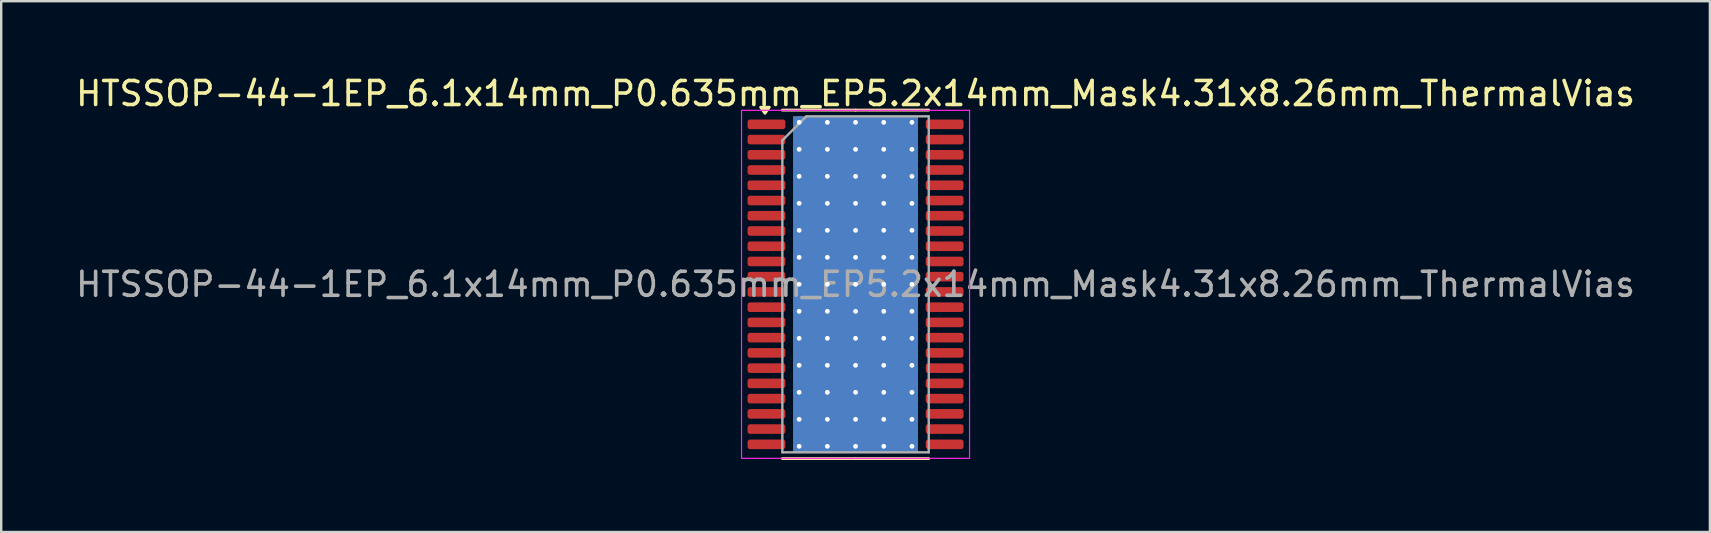
<source format=kicad_pcb>
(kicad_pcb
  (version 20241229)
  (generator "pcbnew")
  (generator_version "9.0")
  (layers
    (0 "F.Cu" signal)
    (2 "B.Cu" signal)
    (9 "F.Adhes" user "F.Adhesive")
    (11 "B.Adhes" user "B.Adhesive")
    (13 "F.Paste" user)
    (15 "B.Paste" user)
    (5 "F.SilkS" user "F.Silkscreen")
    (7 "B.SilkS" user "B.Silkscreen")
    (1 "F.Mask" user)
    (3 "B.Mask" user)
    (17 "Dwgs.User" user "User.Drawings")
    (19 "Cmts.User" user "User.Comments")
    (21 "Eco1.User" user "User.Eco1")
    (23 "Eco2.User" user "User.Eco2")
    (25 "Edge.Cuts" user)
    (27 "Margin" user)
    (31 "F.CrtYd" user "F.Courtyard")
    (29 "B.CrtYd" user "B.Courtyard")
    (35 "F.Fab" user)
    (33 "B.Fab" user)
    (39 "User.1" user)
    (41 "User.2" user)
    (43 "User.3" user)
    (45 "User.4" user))
  (footprint "HTSSOP-44-1EP_6.1x14mm_P0.635mm_EP5.2x14mm_Mask4.31x8.26mm_ThermalVias"
    (layer "F.Cu")
    (at 32.601 8.798)
    (property "Reference" "HTSSOP-44-1EP_6.1x14mm_P0.635mm_EP5.2x14mm_Mask4.31x8.26mm_ThermalVias" (at 0 -7.95 0) (layer "F.SilkS") (effects (font (size 1 1) (thickness 0.15))))
    (attr smd)
    (fp_line (start 0 -7.26) (end -3.05 -7.26) (stroke (width 0.12) (type solid)) (layer "F.SilkS"))
    (fp_line (start 0 -7.26) (end 3.05 -7.26) (stroke (width 0.12) (type solid)) (layer "F.SilkS"))
    (fp_line (start 0 7.26) (end -3.05 7.26) (stroke (width 0.12) (type solid)) (layer "F.SilkS"))
    (fp_line (start 0 7.26) (end 3.05 7.26) (stroke (width 0.12) (type solid)) (layer "F.SilkS"))
    (fp_poly (pts (xy -3.775 -7.128) (xy -3.955 -7.38) (xy -3.595 -7.38) (xy -3.775 -7.128)) (stroke (width 0.12) (type solid)) (fill yes) (layer "F.SilkS"))
    (fp_line (start -4.75 -7.25) (end -4.75 7.25) (stroke (width 0.05) (type solid)) (layer "F.CrtYd"))
    (fp_line (start -4.75 7.25) (end 4.75 7.25) (stroke (width 0.05) (type solid)) (layer "F.CrtYd"))
    (fp_line (start 4.75 -7.25) (end -4.75 -7.25) (stroke (width 0.05) (type solid)) (layer "F.CrtYd"))
    (fp_line (start 4.75 7.25) (end 4.75 -7.25) (stroke (width 0.05) (type solid)) (layer "F.CrtYd"))
    (fp_line (start -3.05 -6) (end -2.05 -7) (stroke (width 0.1) (type solid)) (layer "F.Fab"))
    (fp_line (start -3.05 7) (end -3.05 -6) (stroke (width 0.1) (type solid)) (layer "F.Fab"))
    (fp_line (start -2.05 -7) (end 3.05 -7) (stroke (width 0.1) (type solid)) (layer "F.Fab"))
    (fp_line (start 3.05 -7) (end 3.05 7) (stroke (width 0.1) (type solid)) (layer "F.Fab"))
    (fp_line (start 3.05 7) (end -3.05 7) (stroke (width 0.1) (type solid)) (layer "F.Fab"))
    (fp_text user "${REFERENCE}" (at 0 0 0) (layer "F.Fab") (effects (font (size 1 1) (thickness 0.15))))
    (pad "" smd roundrect (at -1.075 -2.75) (size 1.74 2.22) (layers "F.Paste") (roundrect_rratio 0.144))
    (pad "" smd roundrect (at -1.075 0) (size 1.74 2.22) (layers "F.Paste") (roundrect_rratio 0.144))
    (pad "" smd roundrect (at -1.075 2.75) (size 1.74 2.22) (layers "F.Paste") (roundrect_rratio 0.144))
    (pad "" smd rect (at 0 0) (size 4.31 8.26) (layers "F.Mask"))
    (pad "" smd roundrect (at 1.075 -2.75) (size 1.74 2.22) (layers "F.Paste") (roundrect_rratio 0.144))
    (pad "" smd roundrect (at 1.075 0) (size 1.74 2.22) (layers "F.Paste") (roundrect_rratio 0.144))
    (pad "" smd roundrect (at 1.075 2.75) (size 1.74 2.22) (layers "F.Paste") (roundrect_rratio 0.144))
    (pad "1" smd roundrect (at -3.712 -6.668) (size 1.575 0.4) (layers "F.Cu" "F.Mask" "F.Paste") (roundrect_rratio 0.25))
    (pad "2" smd roundrect (at -3.712 -6.032) (size 1.575 0.4) (layers "F.Cu" "F.Mask" "F.Paste") (roundrect_rratio 0.25))
    (pad "3" smd roundrect (at -3.712 -5.397) (size 1.575 0.4) (layers "F.Cu" "F.Mask" "F.Paste") (roundrect_rratio 0.25))
    (pad "4" smd roundrect (at -3.712 -4.763) (size 1.575 0.4) (layers "F.Cu" "F.Mask" "F.Paste") (roundrect_rratio 0.25))
    (pad "5" smd roundrect (at -3.712 -4.128) (size 1.575 0.4) (layers "F.Cu" "F.Mask" "F.Paste") (roundrect_rratio 0.25))
    (pad "6" smd roundrect (at -3.712 -3.493) (size 1.575 0.4) (layers "F.Cu" "F.Mask" "F.Paste") (roundrect_rratio 0.25))
    (pad "7" smd roundrect (at -3.712 -2.857) (size 1.575 0.4) (layers "F.Cu" "F.Mask" "F.Paste") (roundrect_rratio 0.25))
    (pad "8" smd roundrect (at -3.712 -2.223) (size 1.575 0.4) (layers "F.Cu" "F.Mask" "F.Paste") (roundrect_rratio 0.25))
    (pad "9" smd roundrect (at -3.712 -1.587) (size 1.575 0.4) (layers "F.Cu" "F.Mask" "F.Paste") (roundrect_rratio 0.25))
    (pad "10" smd roundrect (at -3.712 -0.953) (size 1.575 0.4) (layers "F.Cu" "F.Mask" "F.Paste") (roundrect_rratio 0.25))
    (pad "11" smd roundrect (at -3.712 -0.318) (size 1.575 0.4) (layers "F.Cu" "F.Mask" "F.Paste") (roundrect_rratio 0.25))
    (pad "12" smd roundrect (at -3.712 0.318) (size 1.575 0.4) (layers "F.Cu" "F.Mask" "F.Paste") (roundrect_rratio 0.25))
    (pad "13" smd roundrect (at -3.712 0.953) (size 1.575 0.4) (layers "F.Cu" "F.Mask" "F.Paste") (roundrect_rratio 0.25))
    (pad "14" smd roundrect (at -3.712 1.587) (size 1.575 0.4) (layers "F.Cu" "F.Mask" "F.Paste") (roundrect_rratio 0.25))
    (pad "15" smd roundrect (at -3.712 2.223) (size 1.575 0.4) (layers "F.Cu" "F.Mask" "F.Paste") (roundrect_rratio 0.25))
    (pad "16" smd roundrect (at -3.712 2.857) (size 1.575 0.4) (layers "F.Cu" "F.Mask" "F.Paste") (roundrect_rratio 0.25))
    (pad "17" smd roundrect (at -3.712 3.493) (size 1.575 0.4) (layers "F.Cu" "F.Mask" "F.Paste") (roundrect_rratio 0.25))
    (pad "18" smd roundrect (at -3.712 4.128) (size 1.575 0.4) (layers "F.Cu" "F.Mask" "F.Paste") (roundrect_rratio 0.25))
    (pad "19" smd roundrect (at -3.712 4.763) (size 1.575 0.4) (layers "F.Cu" "F.Mask" "F.Paste") (roundrect_rratio 0.25))
    (pad "20" smd roundrect (at -3.712 5.397) (size 1.575 0.4) (layers "F.Cu" "F.Mask" "F.Paste") (roundrect_rratio 0.25))
    (pad "21" smd roundrect (at -3.712 6.032) (size 1.575 0.4) (layers "F.Cu" "F.Mask" "F.Paste") (roundrect_rratio 0.25))
    (pad "22" smd roundrect (at -3.712 6.668) (size 1.575 0.4) (layers "F.Cu" "F.Mask" "F.Paste") (roundrect_rratio 0.25))
    (pad "23" smd roundrect (at 3.712 6.668) (size 1.575 0.4) (layers "F.Cu" "F.Mask" "F.Paste") (roundrect_rratio 0.25))
    (pad "24" smd roundrect (at 3.712 6.032) (size 1.575 0.4) (layers "F.Cu" "F.Mask" "F.Paste") (roundrect_rratio 0.25))
    (pad "25" smd roundrect (at 3.712 5.397) (size 1.575 0.4) (layers "F.Cu" "F.Mask" "F.Paste") (roundrect_rratio 0.25))
    (pad "26" smd roundrect (at 3.712 4.763) (size 1.575 0.4) (layers "F.Cu" "F.Mask" "F.Paste") (roundrect_rratio 0.25))
    (pad "27" smd roundrect (at 3.712 4.128) (size 1.575 0.4) (layers "F.Cu" "F.Mask" "F.Paste") (roundrect_rratio 0.25))
    (pad "28" smd roundrect (at 3.712 3.493) (size 1.575 0.4) (layers "F.Cu" "F.Mask" "F.Paste") (roundrect_rratio 0.25))
    (pad "29" smd roundrect (at 3.712 2.857) (size 1.575 0.4) (layers "F.Cu" "F.Mask" "F.Paste") (roundrect_rratio 0.25))
    (pad "30" smd roundrect (at 3.712 2.223) (size 1.575 0.4) (layers "F.Cu" "F.Mask" "F.Paste") (roundrect_rratio 0.25))
    (pad "31" smd roundrect (at 3.712 1.587) (size 1.575 0.4) (layers "F.Cu" "F.Mask" "F.Paste") (roundrect_rratio 0.25))
    (pad "32" smd roundrect (at 3.712 0.953) (size 1.575 0.4) (layers "F.Cu" "F.Mask" "F.Paste") (roundrect_rratio 0.25))
    (pad "33" smd roundrect (at 3.712 0.318) (size 1.575 0.4) (layers "F.Cu" "F.Mask" "F.Paste") (roundrect_rratio 0.25))
    (pad "34" smd roundrect (at 3.712 -0.318) (size 1.575 0.4) (layers "F.Cu" "F.Mask" "F.Paste") (roundrect_rratio 0.25))
    (pad "35" smd roundrect (at 3.712 -0.953) (size 1.575 0.4) (layers "F.Cu" "F.Mask" "F.Paste") (roundrect_rratio 0.25))
    (pad "36" smd roundrect (at 3.712 -1.587) (size 1.575 0.4) (layers "F.Cu" "F.Mask" "F.Paste") (roundrect_rratio 0.25))
    (pad "37" smd roundrect (at 3.712 -2.223) (size 1.575 0.4) (layers "F.Cu" "F.Mask" "F.Paste") (roundrect_rratio 0.25))
    (pad "38" smd roundrect (at 3.712 -2.857) (size 1.575 0.4) (layers "F.Cu" "F.Mask" "F.Paste") (roundrect_rratio 0.25))
    (pad "39" smd roundrect (at 3.712 -3.493) (size 1.575 0.4) (layers "F.Cu" "F.Mask" "F.Paste") (roundrect_rratio 0.25))
    (pad "40" smd roundrect (at 3.712 -4.128) (size 1.575 0.4) (layers "F.Cu" "F.Mask" "F.Paste") (roundrect_rratio 0.25))
    (pad "41" smd roundrect (at 3.712 -4.763) (size 1.575 0.4) (layers "F.Cu" "F.Mask" "F.Paste") (roundrect_rratio 0.25))
    (pad "42" smd roundrect (at 3.712 -5.397) (size 1.575 0.4) (layers "F.Cu" "F.Mask" "F.Paste") (roundrect_rratio 0.25))
    (pad "43" smd roundrect (at 3.712 -6.032) (size 1.575 0.4) (layers "F.Cu" "F.Mask" "F.Paste") (roundrect_rratio 0.25))
    (pad "44" smd roundrect (at 3.712 -6.668) (size 1.575 0.4) (layers "F.Cu" "F.Mask" "F.Paste") (roundrect_rratio 0.25))
    (pad "45" thru_hole circle (at -2.35 -6.75) (size 0.5 0.5) (drill 0.2) (property pad_prop_heatsink) (layers "*.Cu"))
    (pad "45" thru_hole circle (at -2.35 -5.625) (size 0.5 0.5) (drill 0.2) (property pad_prop_heatsink) (layers "*.Cu"))
    (pad "45" thru_hole circle (at -2.35 -4.5) (size 0.5 0.5) (drill 0.2) (property pad_prop_heatsink) (layers "*.Cu"))
    (pad "45" thru_hole circle (at -2.35 -3.375) (size 0.5 0.5) (drill 0.2) (property pad_prop_heatsink) (layers "*.Cu"))
    (pad "45" thru_hole circle (at -2.35 -2.25) (size 0.5 0.5) (drill 0.2) (property pad_prop_heatsink) (layers "*.Cu"))
    (pad "45" thru_hole circle (at -2.35 -1.125) (size 0.5 0.5) (drill 0.2) (property pad_prop_heatsink) (layers "*.Cu"))
    (pad "45" thru_hole circle (at -2.35 0) (size 0.5 0.5) (drill 0.2) (property pad_prop_heatsink) (layers "*.Cu"))
    (pad "45" thru_hole circle (at -2.35 1.125) (size 0.5 0.5) (drill 0.2) (property pad_prop_heatsink) (layers "*.Cu"))
    (pad "45" thru_hole circle (at -2.35 2.25) (size 0.5 0.5) (drill 0.2) (property pad_prop_heatsink) (layers "*.Cu"))
    (pad "45" thru_hole circle (at -2.35 3.375) (size 0.5 0.5) (drill 0.2) (property pad_prop_heatsink) (layers "*.Cu"))
    (pad "45" thru_hole circle (at -2.35 4.5) (size 0.5 0.5) (drill 0.2) (property pad_prop_heatsink) (layers "*.Cu"))
    (pad "45" thru_hole circle (at -2.35 5.625) (size 0.5 0.5) (drill 0.2) (property pad_prop_heatsink) (layers "*.Cu"))
    (pad "45" thru_hole circle (at -2.35 6.75) (size 0.5 0.5) (drill 0.2) (property pad_prop_heatsink) (layers "*.Cu"))
    (pad "45" thru_hole circle (at -1.175 -6.75) (size 0.5 0.5) (drill 0.2) (property pad_prop_heatsink) (layers "*.Cu"))
    (pad "45" thru_hole circle (at -1.175 -5.625) (size 0.5 0.5) (drill 0.2) (property pad_prop_heatsink) (layers "*.Cu"))
    (pad "45" thru_hole circle (at -1.175 -4.5) (size 0.5 0.5) (drill 0.2) (property pad_prop_heatsink) (layers "*.Cu"))
    (pad "45" thru_hole circle (at -1.175 -3.375) (size 0.5 0.5) (drill 0.2) (property pad_prop_heatsink) (layers "*.Cu"))
    (pad "45" thru_hole circle (at -1.175 -2.25) (size 0.5 0.5) (drill 0.2) (property pad_prop_heatsink) (layers "*.Cu"))
    (pad "45" thru_hole circle (at -1.175 -1.125) (size 0.5 0.5) (drill 0.2) (property pad_prop_heatsink) (layers "*.Cu"))
    (pad "45" thru_hole circle (at -1.175 0) (size 0.5 0.5) (drill 0.2) (property pad_prop_heatsink) (layers "*.Cu"))
    (pad "45" thru_hole circle (at -1.175 1.125) (size 0.5 0.5) (drill 0.2) (property pad_prop_heatsink) (layers "*.Cu"))
    (pad "45" thru_hole circle (at -1.175 2.25) (size 0.5 0.5) (drill 0.2) (property pad_prop_heatsink) (layers "*.Cu"))
    (pad "45" thru_hole circle (at -1.175 3.375) (size 0.5 0.5) (drill 0.2) (property pad_prop_heatsink) (layers "*.Cu"))
    (pad "45" thru_hole circle (at -1.175 4.5) (size 0.5 0.5) (drill 0.2) (property pad_prop_heatsink) (layers "*.Cu"))
    (pad "45" thru_hole circle (at -1.175 5.625) (size 0.5 0.5) (drill 0.2) (property pad_prop_heatsink) (layers "*.Cu"))
    (pad "45" thru_hole circle (at -1.175 6.75) (size 0.5 0.5) (drill 0.2) (property pad_prop_heatsink) (layers "*.Cu"))
    (pad "45" thru_hole circle (at 0 -6.75) (size 0.5 0.5) (drill 0.2) (property pad_prop_heatsink) (layers "*.Cu"))
    (pad "45" thru_hole circle (at 0 -5.625) (size 0.5 0.5) (drill 0.2) (property pad_prop_heatsink) (layers "*.Cu"))
    (pad "45" thru_hole circle (at 0 -4.5) (size 0.5 0.5) (drill 0.2) (property pad_prop_heatsink) (layers "*.Cu"))
    (pad "45" thru_hole circle (at 0 -3.375) (size 0.5 0.5) (drill 0.2) (property pad_prop_heatsink) (layers "*.Cu"))
    (pad "45" thru_hole circle (at 0 -2.25) (size 0.5 0.5) (drill 0.2) (property pad_prop_heatsink) (layers "*.Cu"))
    (pad "45" thru_hole circle (at 0 -1.125) (size 0.5 0.5) (drill 0.2) (property pad_prop_heatsink) (layers "*.Cu"))
    (pad "45" thru_hole circle (at 0 0) (size 0.5 0.5) (drill 0.2) (property pad_prop_heatsink) (layers "*.Cu"))
    (pad "45" smd rect (at 0 0) (size 5.2 14) (property pad_prop_heatsink) (layers "F.Cu"))
    (pad "45" smd rect (at 0 0) (size 5.2 14) (property pad_prop_heatsink) (layers "B.Cu"))
    (pad "45" thru_hole circle (at 0 1.125) (size 0.5 0.5) (drill 0.2) (property pad_prop_heatsink) (layers "*.Cu"))
    (pad "45" thru_hole circle (at 0 2.25) (size 0.5 0.5) (drill 0.2) (property pad_prop_heatsink) (layers "*.Cu"))
    (pad "45" thru_hole circle (at 0 3.375) (size 0.5 0.5) (drill 0.2) (property pad_prop_heatsink) (layers "*.Cu"))
    (pad "45" thru_hole circle (at 0 4.5) (size 0.5 0.5) (drill 0.2) (property pad_prop_heatsink) (layers "*.Cu"))
    (pad "45" thru_hole circle (at 0 5.625) (size 0.5 0.5) (drill 0.2) (property pad_prop_heatsink) (layers "*.Cu"))
    (pad "45" thru_hole circle (at 0 6.75) (size 0.5 0.5) (drill 0.2) (property pad_prop_heatsink) (layers "*.Cu"))
    (pad "45" thru_hole circle (at 1.175 -6.75) (size 0.5 0.5) (drill 0.2) (property pad_prop_heatsink) (layers "*.Cu"))
    (pad "45" thru_hole circle (at 1.175 -5.625) (size 0.5 0.5) (drill 0.2) (property pad_prop_heatsink) (layers "*.Cu"))
    (pad "45" thru_hole circle (at 1.175 -4.5) (size 0.5 0.5) (drill 0.2) (property pad_prop_heatsink) (layers "*.Cu"))
    (pad "45" thru_hole circle (at 1.175 -3.375) (size 0.5 0.5) (drill 0.2) (property pad_prop_heatsink) (layers "*.Cu"))
    (pad "45" thru_hole circle (at 1.175 -2.25) (size 0.5 0.5) (drill 0.2) (property pad_prop_heatsink) (layers "*.Cu"))
    (pad "45" thru_hole circle (at 1.175 -1.125) (size 0.5 0.5) (drill 0.2) (property pad_prop_heatsink) (layers "*.Cu"))
    (pad "45" thru_hole circle (at 1.175 0) (size 0.5 0.5) (drill 0.2) (property pad_prop_heatsink) (layers "*.Cu"))
    (pad "45" thru_hole circle (at 1.175 1.125) (size 0.5 0.5) (drill 0.2) (property pad_prop_heatsink) (layers "*.Cu"))
    (pad "45" thru_hole circle (at 1.175 2.25) (size 0.5 0.5) (drill 0.2) (property pad_prop_heatsink) (layers "*.Cu"))
    (pad "45" thru_hole circle (at 1.175 3.375) (size 0.5 0.5) (drill 0.2) (property pad_prop_heatsink) (layers "*.Cu"))
    (pad "45" thru_hole circle (at 1.175 4.5) (size 0.5 0.5) (drill 0.2) (property pad_prop_heatsink) (layers "*.Cu"))
    (pad "45" thru_hole circle (at 1.175 5.625) (size 0.5 0.5) (drill 0.2) (property pad_prop_heatsink) (layers "*.Cu"))
    (pad "45" thru_hole circle (at 1.175 6.75) (size 0.5 0.5) (drill 0.2) (property pad_prop_heatsink) (layers "*.Cu"))
    (pad "45" thru_hole circle (at 2.35 -6.75) (size 0.5 0.5) (drill 0.2) (property pad_prop_heatsink) (layers "*.Cu"))
    (pad "45" thru_hole circle (at 2.35 -5.625) (size 0.5 0.5) (drill 0.2) (property pad_prop_heatsink) (layers "*.Cu"))
    (pad "45" thru_hole circle (at 2.35 -4.5) (size 0.5 0.5) (drill 0.2) (property pad_prop_heatsink) (layers "*.Cu"))
    (pad "45" thru_hole circle (at 2.35 -3.375) (size 0.5 0.5) (drill 0.2) (property pad_prop_heatsink) (layers "*.Cu"))
    (pad "45" thru_hole circle (at 2.35 -2.25) (size 0.5 0.5) (drill 0.2) (property pad_prop_heatsink) (layers "*.Cu"))
    (pad "45" thru_hole circle (at 2.35 -1.125) (size 0.5 0.5) (drill 0.2) (property pad_prop_heatsink) (layers "*.Cu"))
    (pad "45" thru_hole circle (at 2.35 0) (size 0.5 0.5) (drill 0.2) (property pad_prop_heatsink) (layers "*.Cu"))
    (pad "45" thru_hole circle (at 2.35 1.125) (size 0.5 0.5) (drill 0.2) (property pad_prop_heatsink) (layers "*.Cu"))
    (pad "45" thru_hole circle (at 2.35 2.25) (size 0.5 0.5) (drill 0.2) (property pad_prop_heatsink) (layers "*.Cu"))
    (pad "45" thru_hole circle (at 2.35 3.375) (size 0.5 0.5) (drill 0.2) (property pad_prop_heatsink) (layers "*.Cu"))
    (pad "45" thru_hole circle (at 2.35 4.5) (size 0.5 0.5) (drill 0.2) (property pad_prop_heatsink) (layers "*.Cu"))
    (pad "45" thru_hole circle (at 2.35 5.625) (size 0.5 0.5) (drill 0.2) (property pad_prop_heatsink) (layers "*.Cu"))
    (pad "45" thru_hole circle (at 2.35 6.75) (size 0.5 0.5) (drill 0.2) (property pad_prop_heatsink) (layers "*.Cu")))
  (gr_rect
    (start -3 -3)
    (end 68.202 19.118)
    (stroke (width 0.1) (type default))
    (fill no)
    (layer "Edge.Cuts")))
</source>
